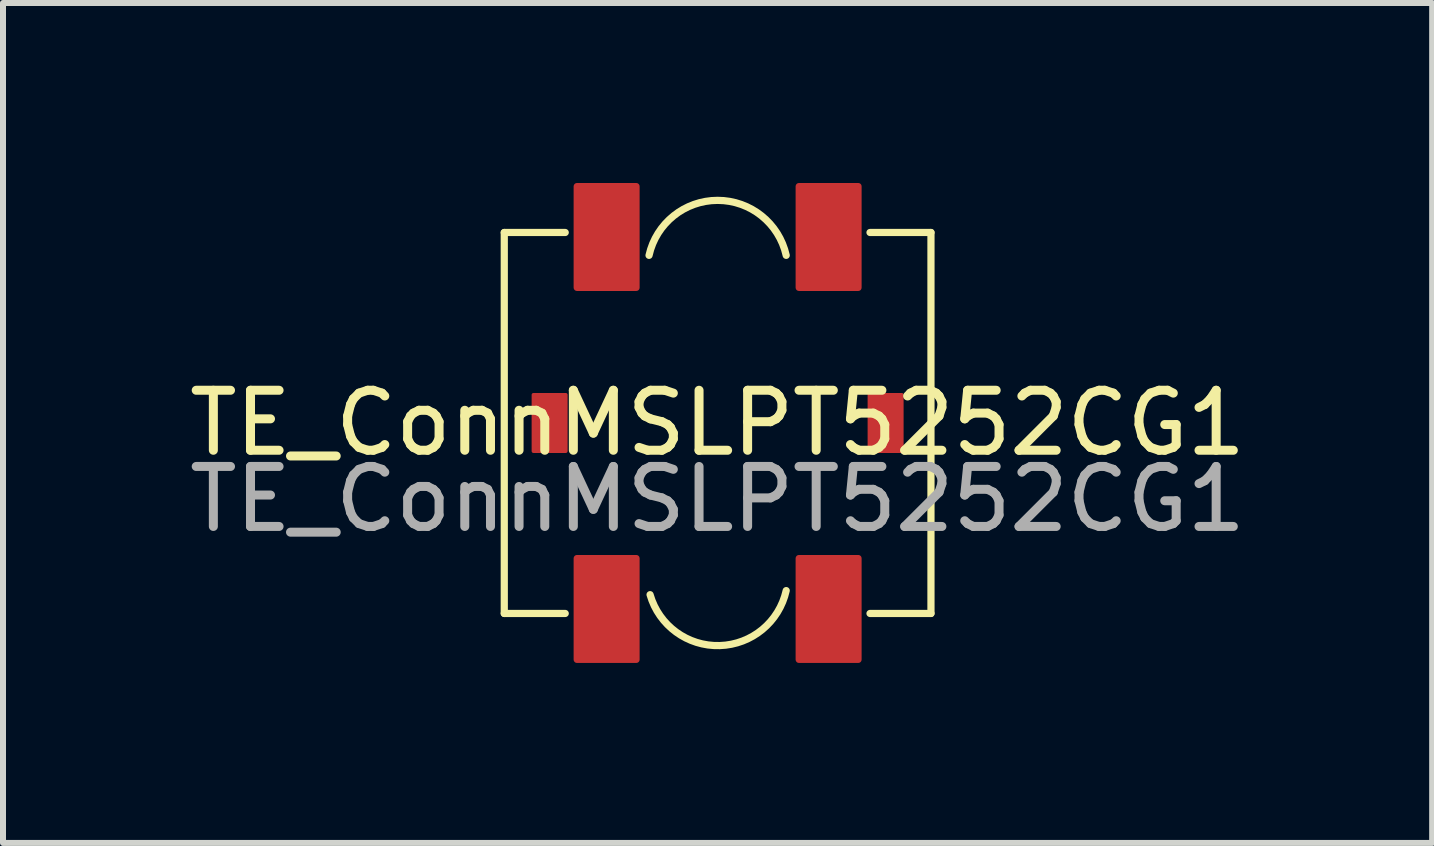
<source format=kicad_pcb>
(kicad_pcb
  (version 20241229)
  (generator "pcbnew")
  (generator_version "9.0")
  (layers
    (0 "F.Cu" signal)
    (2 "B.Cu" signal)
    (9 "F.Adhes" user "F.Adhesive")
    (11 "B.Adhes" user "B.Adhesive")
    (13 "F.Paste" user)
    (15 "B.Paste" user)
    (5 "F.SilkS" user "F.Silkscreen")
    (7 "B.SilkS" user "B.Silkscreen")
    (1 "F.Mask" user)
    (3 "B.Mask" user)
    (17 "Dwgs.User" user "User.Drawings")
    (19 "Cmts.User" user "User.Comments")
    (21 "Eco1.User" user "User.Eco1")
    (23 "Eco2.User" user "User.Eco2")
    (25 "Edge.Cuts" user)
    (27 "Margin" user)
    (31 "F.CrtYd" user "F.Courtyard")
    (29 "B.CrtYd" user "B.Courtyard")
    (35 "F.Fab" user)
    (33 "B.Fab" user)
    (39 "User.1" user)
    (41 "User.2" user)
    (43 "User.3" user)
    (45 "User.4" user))
  (footprint "TE_ConnMSLPT5252CG1"
    (layer "F.Cu")
    (at 8.911 4)
    (property "Reference" "TE_ConnMSLPT5252CG1" (at 0 0 0) (unlocked yes) (layer "F.SilkS") (effects (font (size 1 1) (thickness 0.15))))
    (attr smd)
    (fp_line (start -3.556 -3.175) (end -3.556 3.175) (stroke (width 0.12) (type solid)) (layer "F.SilkS"))
    (fp_line (start -3.556 3.175) (end -2.54 3.175) (stroke (width 0.12) (type solid)) (layer "F.SilkS"))
    (fp_line (start -2.54 -3.175) (end -3.556 -3.175) (stroke (width 0.12) (type solid)) (layer "F.SilkS"))
    (fp_line (start 2.54 3.175) (end 3.556 3.175) (stroke (width 0.12) (type solid)) (layer "F.SilkS"))
    (fp_line (start 3.556 -3.175) (end 2.54 -3.175) (stroke (width 0.12) (type solid)) (layer "F.SilkS"))
    (fp_line (start 3.556 3.175) (end 3.556 -3.175) (stroke (width 0.12) (type solid)) (layer "F.SilkS"))
    (fp_arc (start -1.143 -2.794) (mid 0 -3.710535) (end 1.143 -2.794) (stroke (width 0.12) (type solid)) (layer "F.SilkS"))
    (fp_arc (start 1.143 2.794) (mid 0.034905 3.710362) (end -1.125831 2.861666) (stroke (width 0.12) (type solid)) (layer "F.SilkS"))
    (fp_text user "${REFERENCE}" (at 0 1.27 0) (unlocked yes) (layer "F.Fab") (effects (font (size 1 1) (thickness 0.15))))
    (pad "1" smd roundrect (at 1.85 -3.1) (size 1.1 1.8) (layers "F.Cu" "F.Mask" "F.Paste") (roundrect_rratio 0.05))
    (pad "2" smd roundrect (at 1.85 3.1) (size 1.1 1.8) (layers "F.Cu" "F.Mask" "F.Paste") (roundrect_rratio 0.05))
    (pad "3" smd roundrect (at -1.85 -3.1) (size 1.1 1.8) (layers "F.Cu" "F.Mask" "F.Paste") (roundrect_rratio 0.05))
    (pad "4" smd roundrect (at -1.85 3.1) (size 1.1 1.8) (layers "F.Cu" "F.Mask" "F.Paste") (roundrect_rratio 0.05))
    (pad "5" smd roundrect (at 2.8 0) (size 0.6 1) (layers "F.Cu" "F.Mask" "F.Paste") (roundrect_rratio 0.05))
    (pad "6" smd roundrect (at -2.8 0) (size 0.6 1) (layers "F.Cu" "F.Mask" "F.Paste") (roundrect_rratio 0.05)))
  (gr_rect
    (start -3 -3)
    (end 20.821 11)
    (stroke (width 0.1) (type default))
    (fill no)
    (layer "Edge.Cuts")))
</source>
